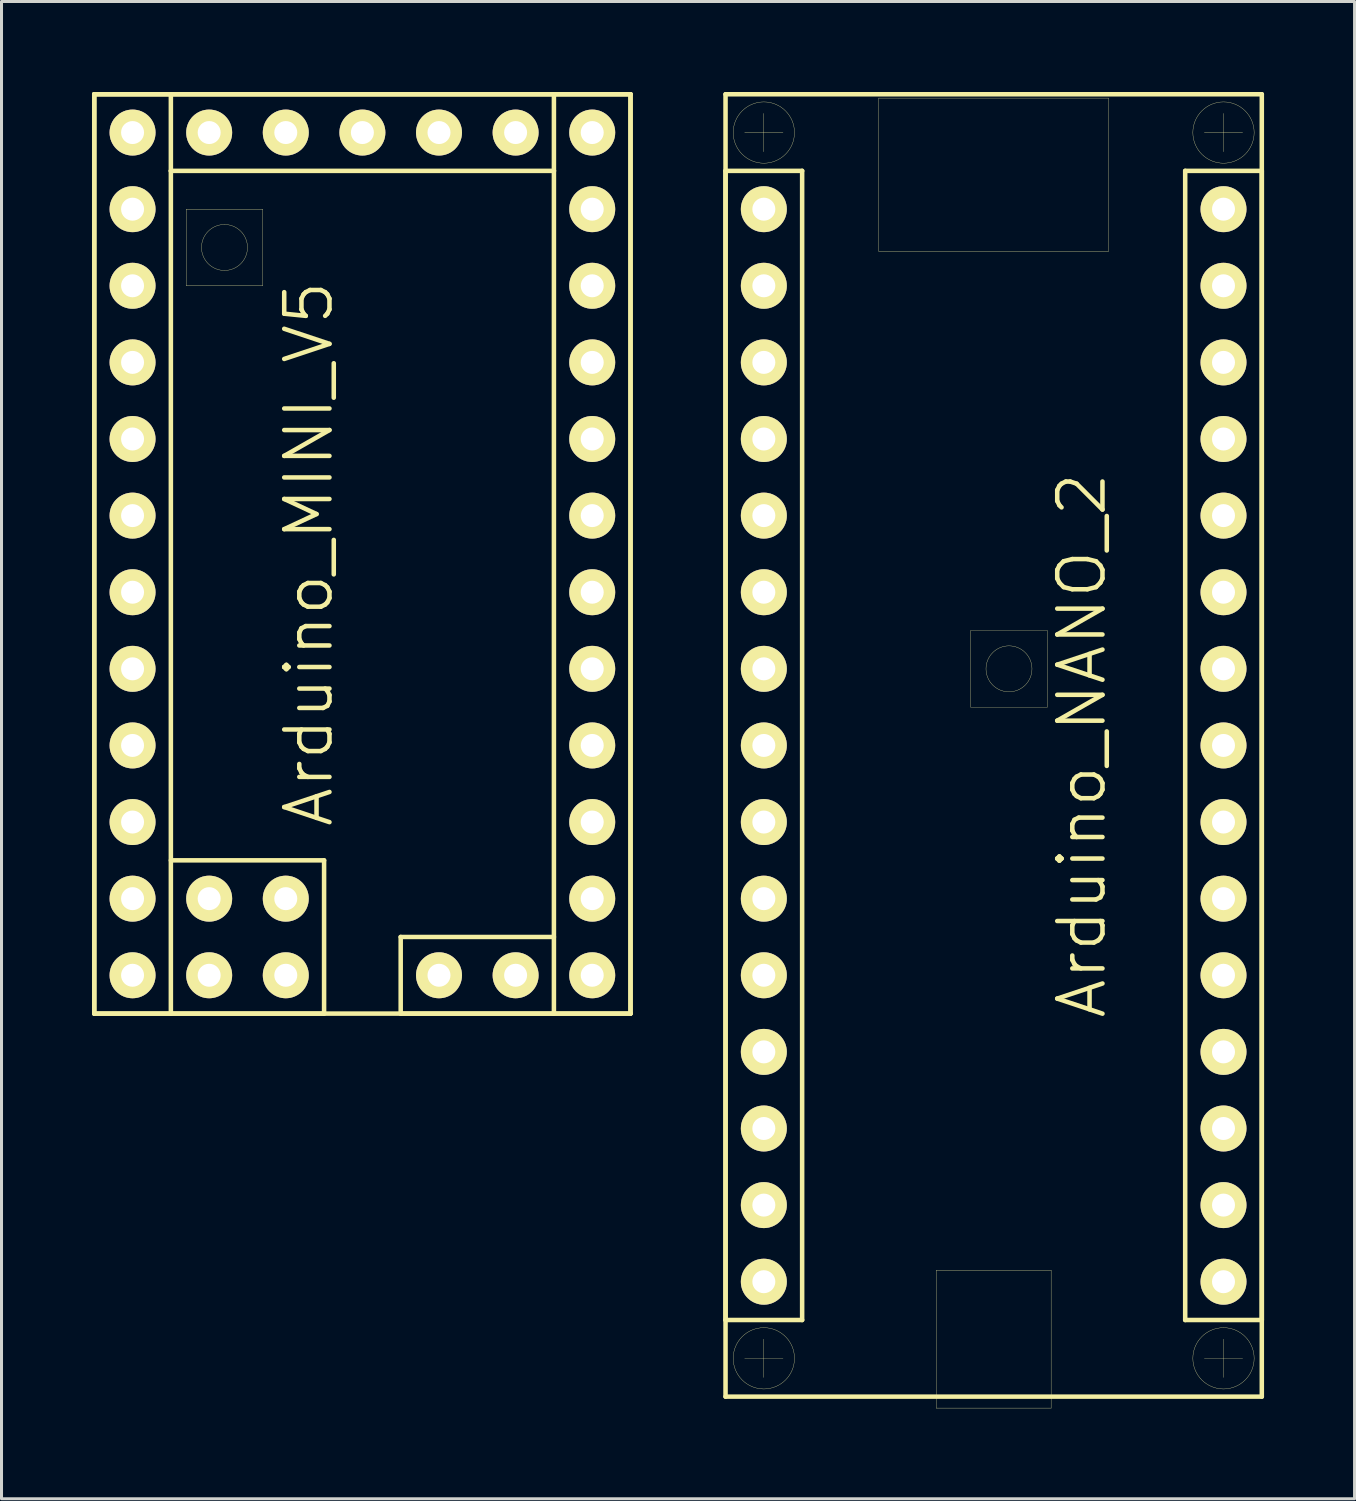
<source format=kicad_pcb>
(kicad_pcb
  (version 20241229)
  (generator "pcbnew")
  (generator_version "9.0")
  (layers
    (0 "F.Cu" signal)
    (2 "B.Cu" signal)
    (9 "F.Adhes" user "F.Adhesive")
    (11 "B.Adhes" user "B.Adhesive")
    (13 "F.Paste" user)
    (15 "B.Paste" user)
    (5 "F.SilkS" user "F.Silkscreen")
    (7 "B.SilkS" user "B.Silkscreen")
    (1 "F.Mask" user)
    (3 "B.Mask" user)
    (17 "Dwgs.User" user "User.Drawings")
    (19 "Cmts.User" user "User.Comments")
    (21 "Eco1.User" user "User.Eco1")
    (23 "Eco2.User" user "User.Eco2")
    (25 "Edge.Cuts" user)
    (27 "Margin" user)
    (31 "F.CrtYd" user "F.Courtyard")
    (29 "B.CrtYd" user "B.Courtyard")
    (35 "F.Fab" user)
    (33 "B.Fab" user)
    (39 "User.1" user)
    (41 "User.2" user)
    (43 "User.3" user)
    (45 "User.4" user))
  (footprint "Arduino_NANO_2"
    (layer "F.Cu")
    (at 29.895 21.665)
    (property "Reference" "Arduino_NANO_2" (at 2.921 0 90) (layer "F.SilkS") (effects (font (size 1.5 1.5) (thickness 0.15))))
    (attr through_hole)
    (fp_line (start -8.89 -21.59) (end -8.89 21.59) (stroke (width 0.15) (type solid)) (layer "F.SilkS"))
    (fp_line (start -8.89 -19.05) (end -8.89 19.05) (stroke (width 0.15) (type solid)) (layer "F.SilkS"))
    (fp_line (start -8.89 19.05) (end -6.35 19.05) (stroke (width 0.15) (type solid)) (layer "F.SilkS"))
    (fp_line (start -8.89 21.59) (end 8.89 21.59) (stroke (width 0.15) (type solid)) (layer "F.SilkS"))
    (fp_line (start -8.255 -20.32) (end -6.985 -20.32) (stroke (width 0.01) (type solid)) (layer "F.SilkS"))
    (fp_line (start -8.255 20.32) (end -6.985 20.32) (stroke (width 0.01) (type solid)) (layer "F.SilkS"))
    (fp_line (start -7.62 -20.955) (end -7.62 -19.685) (stroke (width 0.01) (type solid)) (layer "F.SilkS"))
    (fp_line (start -7.62 19.685) (end -7.62 20.955) (stroke (width 0.01) (type solid)) (layer "F.SilkS"))
    (fp_line (start -6.35 -19.05) (end -8.89 -19.05) (stroke (width 0.15) (type solid)) (layer "F.SilkS"))
    (fp_line (start -6.35 19.05) (end -6.35 -19.05) (stroke (width 0.15) (type solid)) (layer "F.SilkS"))
    (fp_line (start -3.81 -21.463) (end 3.81 -21.463) (stroke (width 0.01) (type solid)) (layer "F.SilkS"))
    (fp_line (start -3.81 -16.383) (end -3.81 -21.463) (stroke (width 0.01) (type solid)) (layer "F.SilkS"))
    (fp_line (start -1.905 17.399) (end 1.905 17.399) (stroke (width 0.01) (type solid)) (layer "F.SilkS"))
    (fp_line (start -1.905 21.971) (end -1.905 17.399) (stroke (width 0.01) (type solid)) (layer "F.SilkS"))
    (fp_line (start -0.762 -3.81) (end -0.762 -1.27) (stroke (width 0.01) (type solid)) (layer "F.SilkS"))
    (fp_line (start -0.762 -1.27) (end 1.778 -1.27) (stroke (width 0.01) (type solid)) (layer "F.SilkS"))
    (fp_line (start 1.778 -3.81) (end -0.762 -3.81) (stroke (width 0.01) (type solid)) (layer "F.SilkS"))
    (fp_line (start 1.778 -1.27) (end 1.778 -3.81) (stroke (width 0.01) (type solid)) (layer "F.SilkS"))
    (fp_line (start 1.905 17.399) (end 1.905 21.971) (stroke (width 0.01) (type solid)) (layer "F.SilkS"))
    (fp_line (start 1.905 21.971) (end -1.905 21.971) (stroke (width 0.01) (type solid)) (layer "F.SilkS"))
    (fp_line (start 3.81 -21.463) (end 3.81 -16.383) (stroke (width 0.01) (type solid)) (layer "F.SilkS"))
    (fp_line (start 3.81 -16.383) (end -3.81 -16.383) (stroke (width 0.01) (type solid)) (layer "F.SilkS"))
    (fp_line (start 6.35 -19.05) (end 8.89 -19.05) (stroke (width 0.15) (type solid)) (layer "F.SilkS"))
    (fp_line (start 6.35 19.05) (end 6.35 -19.05) (stroke (width 0.15) (type solid)) (layer "F.SilkS"))
    (fp_line (start 6.985 -20.32) (end 8.255 -20.32) (stroke (width 0.01) (type solid)) (layer "F.SilkS"))
    (fp_line (start 6.985 20.32) (end 8.255 20.32) (stroke (width 0.01) (type solid)) (layer "F.SilkS"))
    (fp_line (start 7.62 -20.955) (end 7.62 -19.685) (stroke (width 0.01) (type solid)) (layer "F.SilkS"))
    (fp_line (start 7.62 19.685) (end 7.62 20.955) (stroke (width 0.01) (type solid)) (layer "F.SilkS"))
    (fp_line (start 8.89 -21.59) (end -8.89 -21.59) (stroke (width 0.15) (type solid)) (layer "F.SilkS"))
    (fp_line (start 8.89 -19.05) (end 8.89 19.05) (stroke (width 0.15) (type solid)) (layer "F.SilkS"))
    (fp_line (start 8.89 19.05) (end 6.35 19.05) (stroke (width 0.15) (type solid)) (layer "F.SilkS"))
    (fp_line (start 8.89 21.59) (end 8.89 -21.59) (stroke (width 0.15) (type solid)) (layer "F.SilkS"))
    (fp_circle (center -7.62 -20.32) (end -6.604 -20.32) (stroke (width 0.01) (type solid)) (fill no) (layer "F.SilkS"))
    (fp_circle (center -7.62 20.32) (end -6.604 20.32) (stroke (width 0.01) (type solid)) (fill no) (layer "F.SilkS"))
    (fp_circle (center 0.508 -2.54) (end -0.254 -2.54) (stroke (width 0.01) (type solid)) (fill no) (layer "F.SilkS"))
    (fp_circle (center 7.62 -20.32) (end 8.636 -20.32) (stroke (width 0.01) (type solid)) (fill no) (layer "F.SilkS"))
    (fp_circle (center 7.62 20.32) (end 8.636 20.32) (stroke (width 0.01) (type solid)) (fill no) (layer "F.SilkS"))
    (pad "0" thru_hole circle (at -7.62 -15.24) (size 1.524 1.524) (drill 0.762) (layers "*.Cu" "*.Mask" "F.SilkS"))
    (pad "1" thru_hole circle (at -7.62 -17.78) (size 1.524 1.524) (drill 0.762) (layers "*.Cu" "*.Mask" "F.SilkS"))
    (pad "2" thru_hole circle (at -7.62 -7.62) (size 1.524 1.524) (drill 0.762) (layers "*.Cu" "*.Mask" "F.SilkS"))
    (pad "3" thru_hole circle (at -7.62 -5.08) (size 1.524 1.524) (drill 0.762) (layers "*.Cu" "*.Mask" "F.SilkS"))
    (pad "3V3" thru_hole circle (at 7.62 15.24) (size 1.524 1.524) (drill 0.762) (layers "*.Cu" "*.Mask" "F.SilkS"))
    (pad "4" thru_hole circle (at -7.62 -2.54) (size 1.524 1.524) (drill 0.762) (layers "*.Cu" "*.Mask" "F.SilkS"))
    (pad "5" thru_hole circle (at -7.62 0) (size 1.524 1.524) (drill 0.762) (layers "*.Cu" "*.Mask" "F.SilkS"))
    (pad "5V" thru_hole circle (at 7.62 -10.16) (size 1.524 1.524) (drill 0.762) (layers "*.Cu" "*.Mask" "F.SilkS"))
    (pad "6" thru_hole circle (at -7.62 2.54) (size 1.524 1.524) (drill 0.762) (layers "*.Cu" "*.Mask" "F.SilkS"))
    (pad "7" thru_hole circle (at -7.62 5.08) (size 1.524 1.524) (drill 0.762) (layers "*.Cu" "*.Mask" "F.SilkS"))
    (pad "8" thru_hole circle (at -7.62 7.62) (size 1.524 1.524) (drill 0.762) (layers "*.Cu" "*.Mask" "F.SilkS"))
    (pad "9" thru_hole circle (at -7.62 10.16) (size 1.524 1.524) (drill 0.762) (layers "*.Cu" "*.Mask" "F.SilkS"))
    (pad "10" thru_hole circle (at -7.62 12.7) (size 1.524 1.524) (drill 0.762) (layers "*.Cu" "*.Mask" "F.SilkS"))
    (pad "11" thru_hole circle (at -7.62 15.24) (size 1.524 1.524) (drill 0.762) (layers "*.Cu" "*.Mask" "F.SilkS"))
    (pad "12" thru_hole circle (at -7.62 17.78) (size 1.524 1.524) (drill 0.762) (layers "*.Cu" "*.Mask" "F.SilkS"))
    (pad "13" thru_hole circle (at 7.62 17.78) (size 1.524 1.524) (drill 0.762) (layers "*.Cu" "*.Mask" "F.SilkS"))
    (pad "A0" thru_hole circle (at 7.62 10.16) (size 1.524 1.524) (drill 0.762) (layers "*.Cu" "*.Mask" "F.SilkS"))
    (pad "A1" thru_hole circle (at 7.62 7.62) (size 1.524 1.524) (drill 0.762) (layers "*.Cu" "*.Mask" "F.SilkS"))
    (pad "A2" thru_hole circle (at 7.62 5.08) (size 1.524 1.524) (drill 0.762) (layers "*.Cu" "*.Mask" "F.SilkS"))
    (pad "A3" thru_hole circle (at 7.62 2.54) (size 1.524 1.524) (drill 0.762) (layers "*.Cu" "*.Mask" "F.SilkS"))
    (pad "A4" thru_hole circle (at 7.62 0) (size 1.524 1.524) (drill 0.762) (layers "*.Cu" "*.Mask" "F.SilkS"))
    (pad "A5" thru_hole circle (at 7.62 -2.54) (size 1.524 1.524) (drill 0.762) (layers "*.Cu" "*.Mask" "F.SilkS"))
    (pad "A6" thru_hole circle (at 7.62 -5.08) (size 1.524 1.524) (drill 0.762) (layers "*.Cu" "*.Mask" "F.SilkS"))
    (pad "A7" thru_hole circle (at 7.62 -7.62) (size 1.524 1.524) (drill 0.762) (layers "*.Cu" "*.Mask" "F.SilkS"))
    (pad "AREF" thru_hole circle (at 7.62 12.7) (size 1.524 1.524) (drill 0.762) (layers "*.Cu" "*.Mask" "F.SilkS"))
    (pad "GND1" thru_hole circle (at -7.62 -10.16) (size 1.524 1.524) (drill 0.762) (layers "*.Cu" "*.Mask" "F.SilkS"))
    (pad "GND2" thru_hole circle (at 7.62 -15.24) (size 1.524 1.524) (drill 0.762) (layers "*.Cu" "*.Mask" "F.SilkS"))
    (pad "RST1" thru_hole circle (at -7.62 -12.7) (size 1.524 1.524) (drill 0.762) (layers "*.Cu" "*.Mask" "F.SilkS"))
    (pad "RST2" thru_hole circle (at 7.62 -12.7) (size 1.524 1.524) (drill 0.762) (layers "*.Cu" "*.Mask" "F.SilkS"))
    (pad "VIN" thru_hole circle (at 7.62 -17.78) (size 1.524 1.524) (drill 0.762) (layers "*.Cu" "*.Mask" "F.SilkS")))
  (footprint "Arduino_MINI_V5"
    (layer "F.Cu")
    (at 8.965 15.315)
    (property "Reference" "Arduino_MINI_V5" (at -1.778 0 90) (layer "F.SilkS") (effects (font (size 1.5 1.5) (thickness 0.15))))
    (attr through_hole)
    (fp_line (start -8.89 -15.24) (end -8.89 15.24) (stroke (width 0.15) (type solid)) (layer "F.SilkS"))
    (fp_line (start -8.89 -15.24) (end -6.35 -15.24) (stroke (width 0.15) (type solid)) (layer "F.SilkS"))
    (fp_line (start -8.89 15.24) (end -8.89 -15.24) (stroke (width 0.15) (type solid)) (layer "F.SilkS"))
    (fp_line (start -8.89 15.24) (end 8.89 15.24) (stroke (width 0.15) (type solid)) (layer "F.SilkS"))
    (fp_line (start -6.35 -15.24) (end -6.35 -12.7) (stroke (width 0.15) (type solid)) (layer "F.SilkS"))
    (fp_line (start -6.35 -15.24) (end 6.35 -15.24) (stroke (width 0.15) (type solid)) (layer "F.SilkS"))
    (fp_line (start -6.35 -12.7) (end -6.35 15.24) (stroke (width 0.15) (type solid)) (layer "F.SilkS"))
    (fp_line (start -6.35 10.16) (end -1.27 10.16) (stroke (width 0.15) (type solid)) (layer "F.SilkS"))
    (fp_line (start -6.35 15.24) (end -8.89 15.24) (stroke (width 0.15) (type solid)) (layer "F.SilkS"))
    (fp_line (start -5.842 -11.43) (end -3.302 -11.43) (stroke (width 0.01) (type solid)) (layer "F.SilkS"))
    (fp_line (start -5.842 -8.89) (end -5.842 -11.43) (stroke (width 0.01) (type solid)) (layer "F.SilkS"))
    (fp_line (start -3.302 -11.43) (end -3.302 -8.89) (stroke (width 0.01) (type solid)) (layer "F.SilkS"))
    (fp_line (start -3.302 -8.89) (end -5.842 -8.89) (stroke (width 0.01) (type solid)) (layer "F.SilkS"))
    (fp_line (start -1.27 10.16) (end -1.27 15.24) (stroke (width 0.15) (type solid)) (layer "F.SilkS"))
    (fp_line (start -1.27 15.24) (end -6.35 15.24) (stroke (width 0.15) (type solid)) (layer "F.SilkS"))
    (fp_line (start 1.27 12.7) (end 1.27 15.24) (stroke (width 0.15) (type solid)) (layer "F.SilkS"))
    (fp_line (start 1.27 15.24) (end 6.35 15.24) (stroke (width 0.15) (type solid)) (layer "F.SilkS"))
    (fp_line (start 6.35 -15.24) (end 6.35 -12.7) (stroke (width 0.15) (type solid)) (layer "F.SilkS"))
    (fp_line (start 6.35 -15.24) (end 8.89 -15.24) (stroke (width 0.15) (type solid)) (layer "F.SilkS"))
    (fp_line (start 6.35 -12.7) (end -6.35 -12.7) (stroke (width 0.15) (type solid)) (layer "F.SilkS"))
    (fp_line (start 6.35 12.7) (end 1.27 12.7) (stroke (width 0.15) (type solid)) (layer "F.SilkS"))
    (fp_line (start 6.35 15.24) (end 6.35 -12.7) (stroke (width 0.15) (type solid)) (layer "F.SilkS"))
    (fp_line (start 8.89 -15.24) (end -8.89 -15.24) (stroke (width 0.15) (type solid)) (layer "F.SilkS"))
    (fp_line (start 8.89 -15.24) (end 8.89 15.24) (stroke (width 0.15) (type solid)) (layer "F.SilkS"))
    (fp_line (start 8.89 15.24) (end 6.35 15.24) (stroke (width 0.15) (type solid)) (layer "F.SilkS"))
    (fp_line (start 8.89 15.24) (end 8.89 -15.24) (stroke (width 0.15) (type solid)) (layer "F.SilkS"))
    (fp_circle (center -4.572 -10.16) (end -3.81 -10.16) (stroke (width 0.01) (type solid)) (fill no) (layer "F.SilkS"))
    (pad "2" thru_hole circle (at -7.62 -3.81) (size 1.524 1.524) (drill 0.762) (layers "*.Cu" "*.Mask" "F.SilkS"))
    (pad "3" thru_hole circle (at -7.62 -1.27) (size 1.524 1.524) (drill 0.762) (layers "*.Cu" "*.Mask" "F.SilkS"))
    (pad "4" thru_hole circle (at -7.62 1.27) (size 1.524 1.524) (drill 0.762) (layers "*.Cu" "*.Mask" "F.SilkS"))
    (pad "5" thru_hole circle (at -7.62 3.81) (size 1.524 1.524) (drill 0.762) (layers "*.Cu" "*.Mask" "F.SilkS"))
    (pad "5V/1" thru_hole circle (at 2.54 -13.97) (size 1.524 1.524) (drill 0.762) (layers "*.Cu" "*.Mask" "F.SilkS"))
    (pad "5V/2" thru_hole circle (at 2.54 13.97) (size 1.524 1.524) (drill 0.762) (layers "*.Cu" "*.Mask" "F.SilkS"))
    (pad "5V/3" thru_hole circle (at 7.62 -6.35) (size 1.524 1.524) (drill 0.762) (layers "*.Cu" "*.Mask" "F.SilkS"))
    (pad "6" thru_hole circle (at -7.62 6.35) (size 1.524 1.524) (drill 0.762) (layers "*.Cu" "*.Mask" "F.SilkS"))
    (pad "7" thru_hole circle (at -7.62 8.89) (size 1.524 1.524) (drill 0.762) (layers "*.Cu" "*.Mask" "F.SilkS"))
    (pad "8" thru_hole circle (at -7.62 11.43) (size 1.524 1.524) (drill 0.762) (layers "*.Cu" "*.Mask" "F.SilkS"))
    (pad "9" thru_hole circle (at -7.62 13.97) (size 1.524 1.524) (drill 0.762) (layers "*.Cu" "*.Mask" "F.SilkS"))
    (pad "9V" thru_hole circle (at 7.62 -13.97) (size 1.524 1.524) (drill 0.762) (layers "*.Cu" "*.Mask" "F.SilkS"))
    (pad "10" thru_hole circle (at 7.62 13.97) (size 1.524 1.524) (drill 0.762) (layers "*.Cu" "*.Mask" "F.SilkS"))
    (pad "11" thru_hole circle (at 7.62 11.43) (size 1.524 1.524) (drill 0.762) (layers "*.Cu" "*.Mask" "F.SilkS"))
    (pad "12" thru_hole circle (at 7.62 8.89) (size 1.524 1.524) (drill 0.762) (layers "*.Cu" "*.Mask" "F.SilkS"))
    (pad "13" thru_hole circle (at 7.62 6.35) (size 1.524 1.524) (drill 0.762) (layers "*.Cu" "*.Mask" "F.SilkS"))
    (pad "A0" thru_hole circle (at 7.62 3.81) (size 1.524 1.524) (drill 0.762) (layers "*.Cu" "*.Mask" "F.SilkS"))
    (pad "A1" thru_hole circle (at 7.62 1.27) (size 1.524 1.524) (drill 0.762) (layers "*.Cu" "*.Mask" "F.SilkS"))
    (pad "A2" thru_hole circle (at 7.62 -1.27) (size 1.524 1.524) (drill 0.762) (layers "*.Cu" "*.Mask" "F.SilkS"))
    (pad "A3" thru_hole circle (at 7.62 -3.81) (size 1.524 1.524) (drill 0.762) (layers "*.Cu" "*.Mask" "F.SilkS"))
    (pad "A4" thru_hole circle (at -5.08 13.97) (size 1.524 1.524) (drill 0.762) (layers "*.Cu" "*.Mask" "F.SilkS"))
    (pad "A5" thru_hole circle (at -2.54 13.97) (size 1.524 1.524) (drill 0.762) (layers "*.Cu" "*.Mask" "F.SilkS"))
    (pad "A6" thru_hole circle (at -5.08 11.43) (size 1.524 1.524) (drill 0.762) (layers "*.Cu" "*.Mask" "F.SilkS"))
    (pad "A7" thru_hole circle (at -2.54 11.43) (size 1.524 1.524) (drill 0.762) (layers "*.Cu" "*.Mask" "F.SilkS"))
    (pad "GND1" thru_hole circle (at 5.08 -13.97) (size 1.524 1.524) (drill 0.762) (layers "*.Cu" "*.Mask" "F.SilkS"))
    (pad "GND2" thru_hole circle (at -7.62 -6.35) (size 1.524 1.524) (drill 0.762) (layers "*.Cu" "*.Mask" "F.SilkS"))
    (pad "GND3" thru_hole circle (at 5.08 13.97) (size 1.524 1.524) (drill 0.762) (layers "*.Cu" "*.Mask" "F.SilkS"))
    (pad "GND4" thru_hole circle (at 7.62 -11.43) (size 1.524 1.524) (drill 0.762) (layers "*.Cu" "*.Mask" "F.SilkS"))
    (pad "IO7" thru_hole circle (at -5.08 -13.97) (size 1.524 1.524) (drill 0.762) (layers "*.Cu" "*.Mask" "F.SilkS"))
    (pad "RST1" thru_hole circle (at -7.62 -8.89) (size 1.524 1.524) (drill 0.762) (layers "*.Cu" "*.Mask" "F.SilkS"))
    (pad "RST2" thru_hole circle (at 7.62 -8.89) (size 1.524 1.524) (drill 0.762) (layers "*.Cu" "*.Mask" "F.SilkS"))
    (pad "RX/1" thru_hole circle (at 0 -13.97) (size 1.524 1.524) (drill 0.762) (layers "*.Cu" "*.Mask" "F.SilkS"))
    (pad "RX/2" thru_hole circle (at -7.62 -11.43) (size 1.524 1.524) (drill 0.762) (layers "*.Cu" "*.Mask" "F.SilkS"))
    (pad "TX/1" thru_hole circle (at -2.54 -13.97) (size 1.524 1.524) (drill 0.762) (layers "*.Cu" "*.Mask" "F.SilkS"))
    (pad "TX/2" thru_hole circle (at -7.62 -13.97) (size 1.524 1.524) (drill 0.762) (layers "*.Cu" "*.Mask" "F.SilkS")))
  (gr_rect
    (start -3 -3)
    (end 41.86 46.641)
    (stroke (width 0.1) (type default))
    (fill no)
    (layer "Edge.Cuts")))
</source>
